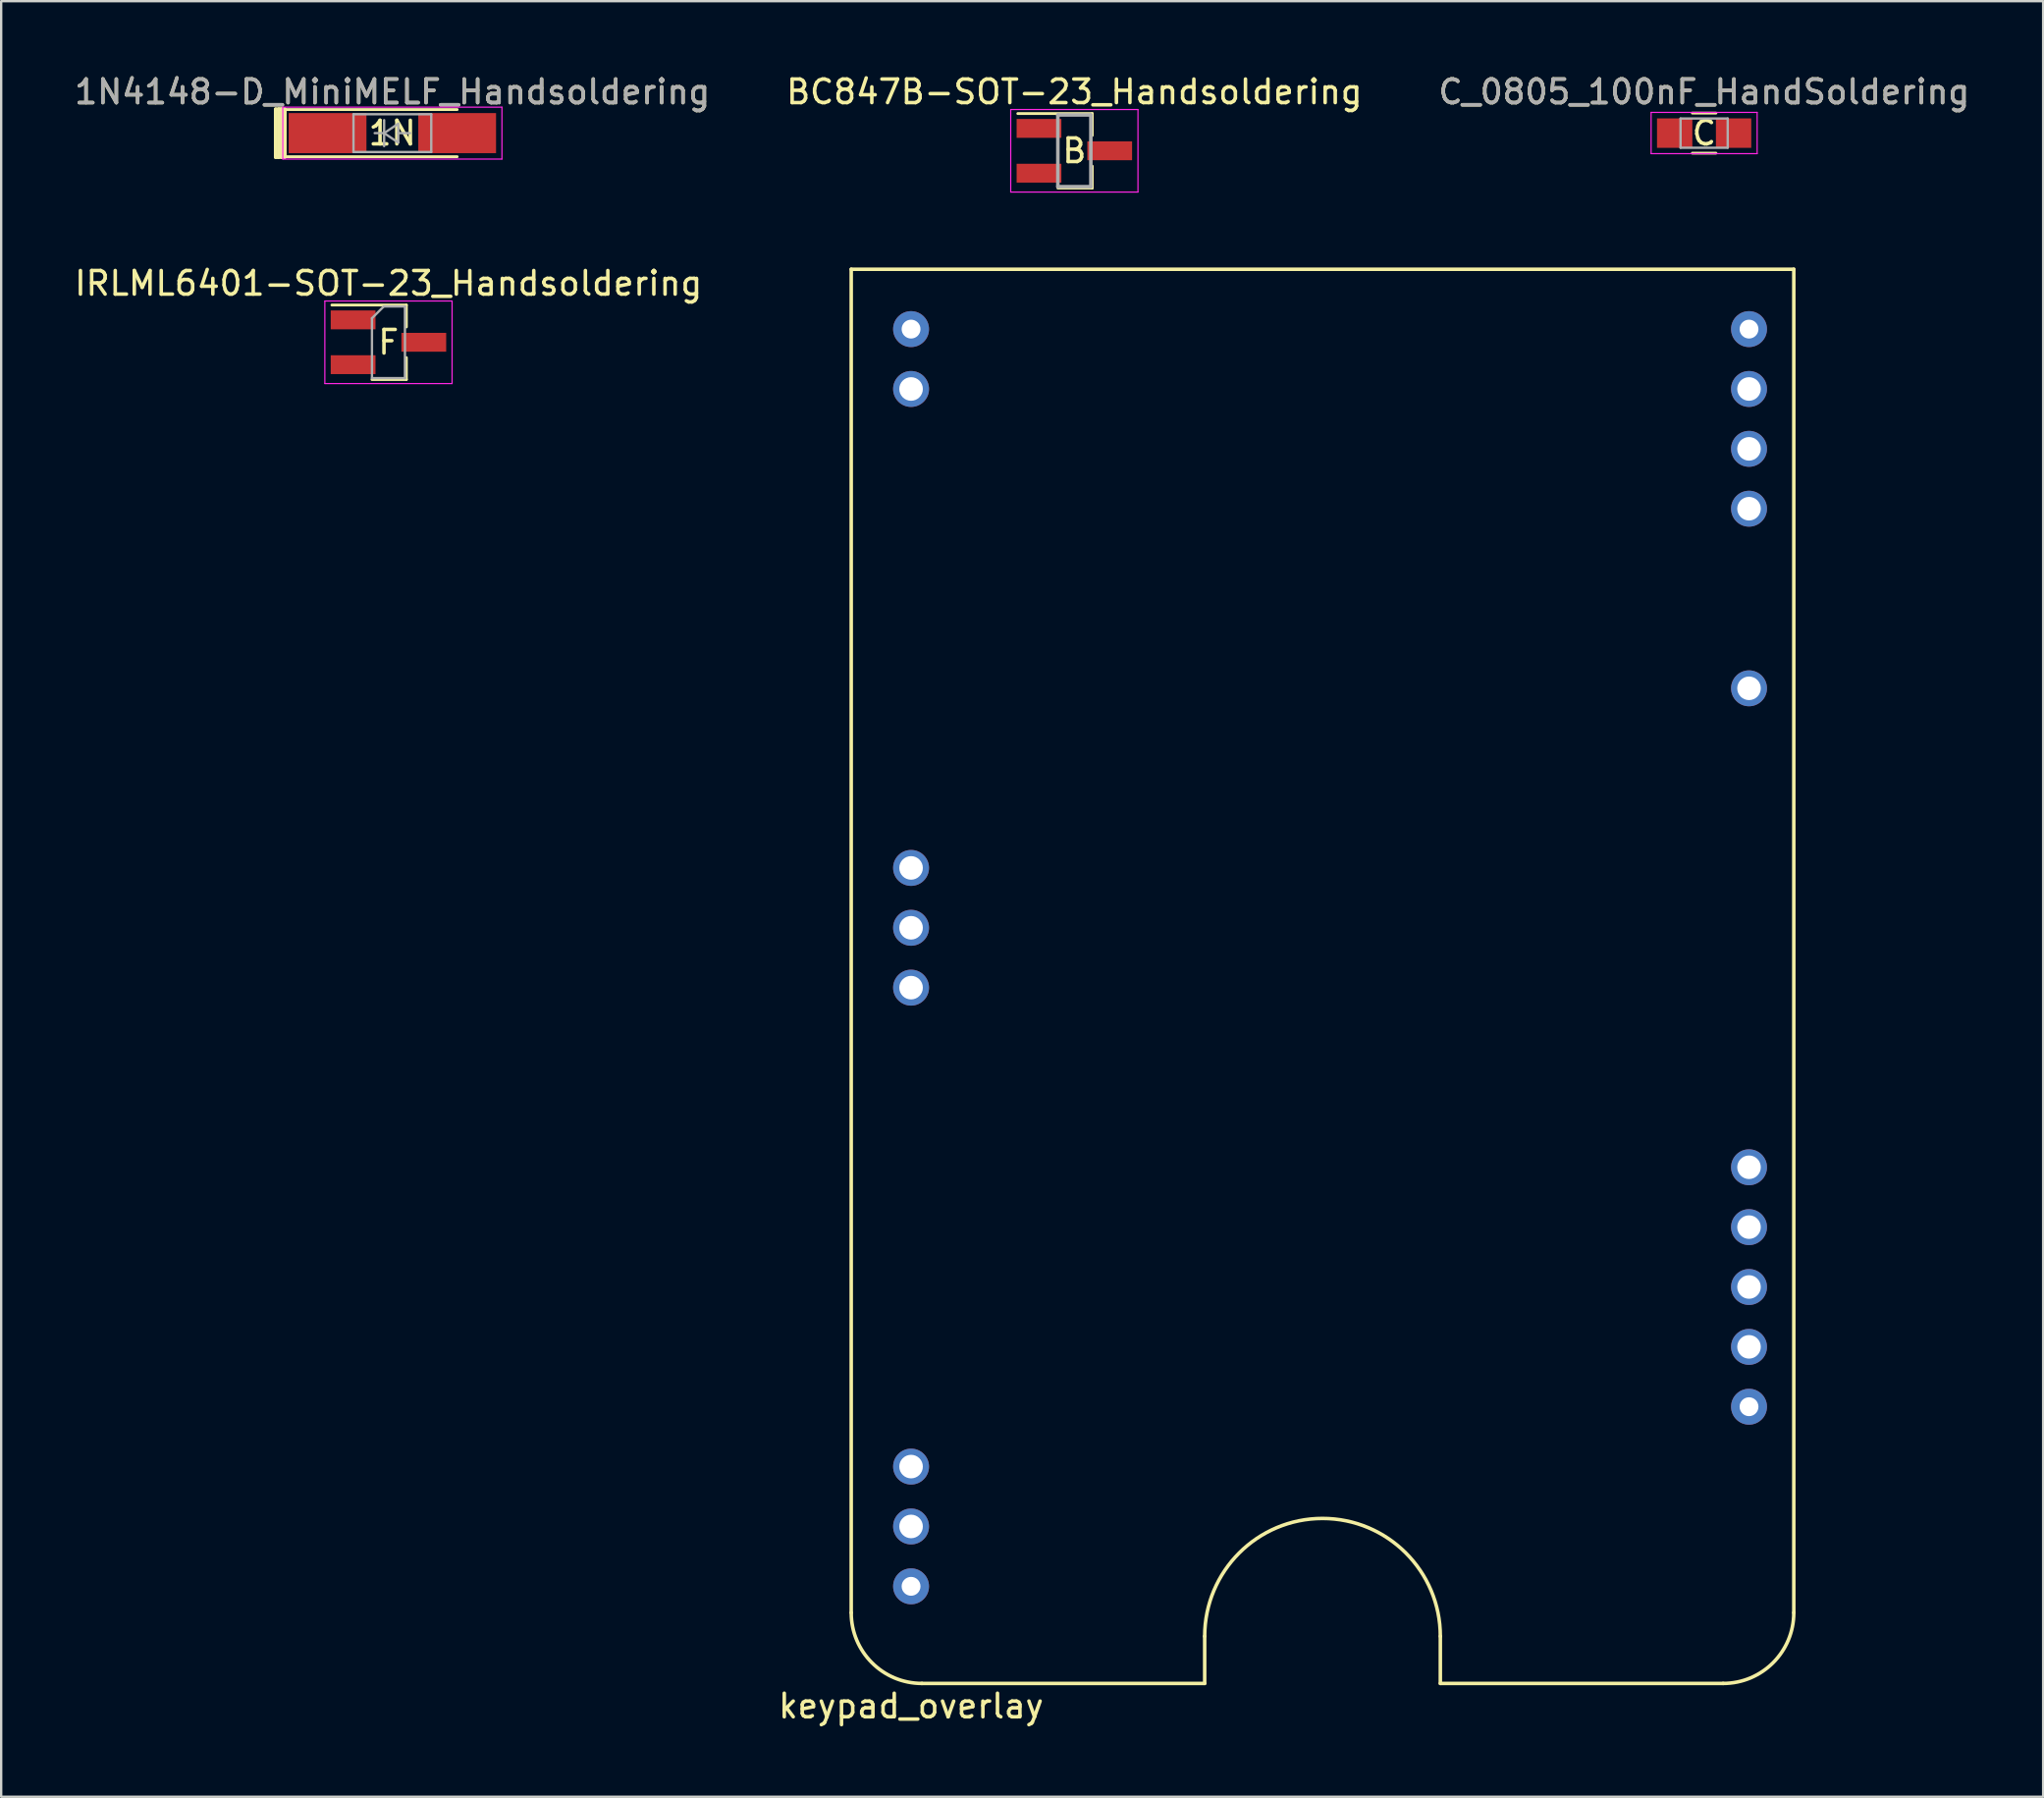
<source format=kicad_pcb>
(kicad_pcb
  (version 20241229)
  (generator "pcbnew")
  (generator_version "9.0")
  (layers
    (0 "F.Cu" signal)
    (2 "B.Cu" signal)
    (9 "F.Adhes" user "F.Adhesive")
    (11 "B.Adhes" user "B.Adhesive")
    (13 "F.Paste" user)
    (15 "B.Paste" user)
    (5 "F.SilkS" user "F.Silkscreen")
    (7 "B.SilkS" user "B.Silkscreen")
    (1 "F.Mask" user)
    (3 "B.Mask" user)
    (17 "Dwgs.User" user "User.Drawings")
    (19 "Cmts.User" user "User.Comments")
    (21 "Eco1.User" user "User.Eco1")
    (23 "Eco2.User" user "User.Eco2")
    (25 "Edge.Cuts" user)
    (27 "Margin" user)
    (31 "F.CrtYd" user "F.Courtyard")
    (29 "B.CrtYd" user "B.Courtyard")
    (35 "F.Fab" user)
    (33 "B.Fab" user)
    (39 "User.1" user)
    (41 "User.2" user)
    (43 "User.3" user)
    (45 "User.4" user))
  (footprint "BC847B-SOT-23_Handsoldering"
    (layer "F.Cu")
    (at 42.542 3.348)
    (property "Reference" "BC847B-SOT-23_Handsoldering" (at 0 -2.5 0) (layer "F.SilkS") (effects (font (size 1 1) (thickness 0.15))))
    (attr smd)
    (fp_line (start 0.76 -1.58) (end -2.4 -1.58) (stroke (width 0.12) (type solid)) (layer "F.SilkS"))
    (fp_line (start 0.76 -1.58) (end 0.76 -0.65) (stroke (width 0.12) (type solid)) (layer "F.SilkS"))
    (fp_line (start 0.76 1.58) (end -0.7 1.58) (stroke (width 0.12) (type solid)) (layer "F.SilkS"))
    (fp_line (start 0.76 1.58) (end 0.76 0.65) (stroke (width 0.12) (type solid)) (layer "F.SilkS"))
    (fp_line (start -2.7 -1.75) (end 2.7 -1.75) (stroke (width 0.05) (type solid)) (layer "F.CrtYd"))
    (fp_line (start -2.7 1.75) (end -2.7 -1.75) (stroke (width 0.05) (type solid)) (layer "F.CrtYd"))
    (fp_line (start 2.7 -1.75) (end 2.7 1.75) (stroke (width 0.05) (type solid)) (layer "F.CrtYd"))
    (fp_line (start 2.7 1.75) (end -2.7 1.75) (stroke (width 0.05) (type solid)) (layer "F.CrtYd"))
    (fp_line (start -0.7 -1.52) (end -0.7 1.52) (stroke (width 0.15) (type solid)) (layer "F.Fab"))
    (fp_line (start -0.7 -1.52) (end 0.7 -1.52) (stroke (width 0.15) (type solid)) (layer "F.Fab"))
    (fp_line (start -0.7 1.52) (end 0.7 1.52) (stroke (width 0.15) (type solid)) (layer "F.Fab"))
    (fp_line (start 0.7 -1.52) (end 0.7 1.52) (stroke (width 0.15) (type solid)) (layer "F.Fab"))
    (fp_text user "B" (at 0 0 0) (layer "F.SilkS") (effects (font (size 1 1) (thickness 0.15))))
    (pad "1" smd rect (at 1.5 0) (size 1.9 0.8) (layers "F.Cu" "F.Mask" "F.Paste"))
    (pad "2" smd rect (at -1.5 -0.95) (size 1.9 0.8) (layers "F.Cu" "F.Mask" "F.Paste"))
    (pad "3" smd rect (at -1.5 0.95) (size 1.9 0.8) (layers "F.Cu" "F.Mask" "F.Paste")))
  (footprint "C_0805_100nF_HandSoldering"
    (layer "F.Cu")
    (at 69.268 2.598)
    (property "Reference" "C_0805_100nF_HandSoldering" (at 0 -1.75 0) (layer "F.SilkS") (effects (font (size 1 1) (thickness 0.15))))
    (attr smd)
    (fp_line (start -0.5 0.85) (end 0.5 0.85) (stroke (width 0.12) (type solid)) (layer "F.SilkS"))
    (fp_line (start 0.5 -0.85) (end -0.5 -0.85) (stroke (width 0.12) (type solid)) (layer "F.SilkS"))
    (fp_line (start -2.25 -0.88) (end -2.25 0.87) (stroke (width 0.05) (type solid)) (layer "F.CrtYd"))
    (fp_line (start -2.25 -0.88) (end 2.25 -0.88) (stroke (width 0.05) (type solid)) (layer "F.CrtYd"))
    (fp_line (start 2.25 0.87) (end -2.25 0.87) (stroke (width 0.05) (type solid)) (layer "F.CrtYd"))
    (fp_line (start 2.25 0.87) (end 2.25 -0.88) (stroke (width 0.05) (type solid)) (layer "F.CrtYd"))
    (fp_line (start -1 -0.62) (end 1 -0.62) (stroke (width 0.1) (type solid)) (layer "F.Fab"))
    (fp_line (start -1 0.62) (end -1 -0.62) (stroke (width 0.1) (type solid)) (layer "F.Fab"))
    (fp_line (start 1 -0.62) (end 1 0.62) (stroke (width 0.1) (type solid)) (layer "F.Fab"))
    (fp_line (start 1 0.62) (end -1 0.62) (stroke (width 0.1) (type solid)) (layer "F.Fab"))
    (fp_text user "C" (at 0 0 0) (layer "F.SilkS") (effects (font (size 1 1) (thickness 0.15))))
    (fp_text user "${REFERENCE}" (at 0 -1.75 0) (layer "F.Fab") (effects (font (size 1 1) (thickness 0.15))))
    (pad "1" smd rect (at -1.25 0) (size 1.5 1.25) (layers "F.Cu" "F.Mask" "F.Paste"))
    (pad "2" smd rect (at 1.25 0) (size 1.5 1.25) (layers "F.Cu" "F.Mask" "F.Paste")))
  (footprint "IRLML6401-SOT-23_Handsoldering"
    (layer "F.Cu")
    (at 13.435 11.472)
    (property "Reference" "IRLML6401-SOT-23_Handsoldering" (at 0 -2.5 0) (layer "F.SilkS") (effects (font (size 1 1) (thickness 0.15))))
    (attr smd)
    (fp_line (start 0.76 -1.58) (end -2.4 -1.58) (stroke (width 0.12) (type solid)) (layer "F.SilkS"))
    (fp_line (start 0.76 -1.58) (end 0.76 -0.65) (stroke (width 0.12) (type solid)) (layer "F.SilkS"))
    (fp_line (start 0.76 1.58) (end -0.7 1.58) (stroke (width 0.12) (type solid)) (layer "F.SilkS"))
    (fp_line (start 0.76 1.58) (end 0.76 0.65) (stroke (width 0.12) (type solid)) (layer "F.SilkS"))
    (fp_line (start -2.7 -1.75) (end 2.7 -1.75) (stroke (width 0.05) (type solid)) (layer "F.CrtYd"))
    (fp_line (start -2.7 1.75) (end -2.7 -1.75) (stroke (width 0.05) (type solid)) (layer "F.CrtYd"))
    (fp_line (start 2.7 -1.75) (end 2.7 1.75) (stroke (width 0.05) (type solid)) (layer "F.CrtYd"))
    (fp_line (start 2.7 1.75) (end -2.7 1.75) (stroke (width 0.05) (type solid)) (layer "F.CrtYd"))
    (fp_line (start -0.7 -1.02) (end -0.7 1.52) (stroke (width 0.1) (type solid)) (layer "F.Fab"))
    (fp_line (start -0.7 1.52) (end 0.7 1.52) (stroke (width 0.1) (type solid)) (layer "F.Fab"))
    (fp_line (start -0.2 -1.52) (end -0.7 -1.02) (stroke (width 0.1) (type solid)) (layer "F.Fab"))
    (fp_line (start -0.2 -1.52) (end 0.7 -1.52) (stroke (width 0.1) (type solid)) (layer "F.Fab"))
    (fp_line (start 0.7 -1.52) (end 0.7 1.52) (stroke (width 0.1) (type solid)) (layer "F.Fab"))
    (fp_text user "F" (at 0 0 0) (layer "F.SilkS") (effects (font (size 1 1) (thickness 0.15))))
    (pad "1" smd rect (at -1.5 -0.95) (size 1.9 0.8) (layers "F.Cu" "F.Mask" "F.Paste"))
    (pad "2" smd rect (at -1.5 0.95) (size 1.9 0.8) (layers "F.Cu" "F.Mask" "F.Paste"))
    (pad "3" smd rect (at 1.5 0) (size 1.9 0.8) (layers "F.Cu" "F.Mask" "F.Paste")))
  (footprint "1N4148-D_MiniMELF_Handsoldering"
    (layer "F.Cu")
    (at 13.601 2.598)
    (property "Reference" "1N4148-D_MiniMELF_Handsoldering" (at 0 -1.75 0) (layer "F.SilkS") (effects (font (size 1 1) (thickness 0.15))))
    (attr smd)
    (fp_line (start -4.953 -1.016) (end -4.572 -1.016) (stroke (width 0.15) (type solid)) (layer "F.SilkS"))
    (fp_line (start -4.953 1.016) (end -4.953 -1.016) (stroke (width 0.15) (type solid)) (layer "F.SilkS"))
    (fp_line (start -4.826 -1.016) (end -4.826 1.016) (stroke (width 0.15) (type solid)) (layer "F.SilkS"))
    (fp_line (start -4.826 1.016) (end -4.953 1.016) (stroke (width 0.15) (type solid)) (layer "F.SilkS"))
    (fp_line (start -4.699 -1.016) (end -4.826 -1.016) (stroke (width 0.15) (type solid)) (layer "F.SilkS"))
    (fp_line (start -4.699 1.016) (end -4.699 -1.016) (stroke (width 0.15) (type solid)) (layer "F.SilkS"))
    (fp_line (start -4.572 -1.016) (end -4.572 1.016) (stroke (width 0.15) (type solid)) (layer "F.SilkS"))
    (fp_line (start -4.572 -1.016) (end -4.572 1.016) (stroke (width 0.15) (type solid)) (layer "F.SilkS"))
    (fp_line (start -4.572 1.016) (end -4.953 1.016) (stroke (width 0.15) (type solid)) (layer "F.SilkS"))
    (fp_line (start -4.572 1.016) (end -4.699 1.016) (stroke (width 0.15) (type solid)) (layer "F.SilkS"))
    (fp_line (start -4.55 -1) (end -4.55 1) (stroke (width 0.12) (type solid)) (layer "F.SilkS"))
    (fp_line (start -4.55 1) (end 2.75 1) (stroke (width 0.12) (type solid)) (layer "F.SilkS"))
    (fp_line (start 2.75 -1) (end -4.55 -1) (stroke (width 0.12) (type solid)) (layer "F.SilkS"))
    (fp_line (start -4.65 -1.1) (end 4.65 -1.1) (stroke (width 0.05) (type solid)) (layer "F.CrtYd"))
    (fp_line (start -4.65 1.1) (end -4.65 -1.1) (stroke (width 0.05) (type solid)) (layer "F.CrtYd"))
    (fp_line (start 4.65 -1.1) (end 4.65 1.1) (stroke (width 0.05) (type solid)) (layer "F.CrtYd"))
    (fp_line (start 4.65 1.1) (end -4.65 1.1) (stroke (width 0.05) (type solid)) (layer "F.CrtYd"))
    (fp_line (start -1.65 -0.8) (end 1.65 -0.8) (stroke (width 0.1) (type solid)) (layer "F.Fab"))
    (fp_line (start -1.65 0.8) (end -1.65 -0.8) (stroke (width 0.1) (type solid)) (layer "F.Fab"))
    (fp_line (start -0.75 0) (end -0.35 0) (stroke (width 0.1) (type solid)) (layer "F.Fab"))
    (fp_line (start -0.35 0) (end -0.35 -0.55) (stroke (width 0.1) (type solid)) (layer "F.Fab"))
    (fp_line (start -0.35 0) (end -0.35 0.55) (stroke (width 0.1) (type solid)) (layer "F.Fab"))
    (fp_line (start -0.35 0) (end 0.25 -0.4) (stroke (width 0.1) (type solid)) (layer "F.Fab"))
    (fp_line (start 0.25 -0.4) (end 0.25 0.4) (stroke (width 0.1) (type solid)) (layer "F.Fab"))
    (fp_line (start 0.25 0) (end 0.75 0) (stroke (width 0.1) (type solid)) (layer "F.Fab"))
    (fp_line (start 0.25 0.4) (end -0.35 0) (stroke (width 0.1) (type solid)) (layer "F.Fab"))
    (fp_line (start 1.65 -0.8) (end 1.65 0.8) (stroke (width 0.1) (type solid)) (layer "F.Fab"))
    (fp_line (start 1.65 0.8) (end -1.65 0.8) (stroke (width 0.1) (type solid)) (layer "F.Fab"))
    (fp_text user "1N" (at 0 0 0) (layer "F.SilkS") (effects (font (size 1 1) (thickness 0.15))))
    (fp_text user "${REFERENCE}" (at 0 -1.75 0) (layer "F.Fab") (effects (font (size 1 1) (thickness 0.15))))
    (pad "1" smd rect (at -2.75 0) (size 3.3 1.7) (layers "F.Cu" "F.Mask" "F.Paste"))
    (pad "2" smd rect (at 2.75 0) (size 3.3 1.7) (layers "F.Cu" "F.Mask" "F.Paste")))
  (footprint "keypad_overlay"
    (layer "F.Cu")
    (at 33.073 8.373)
    (property "Reference" "keypad_overlay" (at 2.54 60.96 0) (layer "F.SilkS") (effects (font (size 1 1) (thickness 0.15))))
    (attr through_hole)
    (fp_line (start 0 0) (end 0 57) (stroke (width 0.15) (type solid)) (layer "F.SilkS"))
    (fp_line (start 0 0) (end 40 0) (stroke (width 0.15) (type solid)) (layer "F.SilkS"))
    (fp_line (start 3 60) (end 15 60) (stroke (width 0.15) (type solid)) (layer "F.SilkS"))
    (fp_line (start 15 60) (end 15 58) (stroke (width 0.15) (type solid)) (layer "F.SilkS"))
    (fp_line (start 25 60) (end 25 58) (stroke (width 0.15) (type solid)) (layer "F.SilkS"))
    (fp_line (start 37 60) (end 25 60) (stroke (width 0.15) (type solid)) (layer "F.SilkS"))
    (fp_line (start 40 0) (end 40 57) (stroke (width 0.15) (type solid)) (layer "F.SilkS"))
    (fp_arc (start 3 60) (mid 0.87868 59.12132) (end 0 57) (stroke (width 0.15) (type solid)) (layer "F.SilkS"))
    (fp_arc (start 15 58) (mid 20 53) (end 25 58) (stroke (width 0.15) (type solid)) (layer "F.SilkS"))
    (fp_arc (start 40 57) (mid 39.12132 59.12132) (end 37 60) (stroke (width 0.15) (type solid)) (layer "F.SilkS"))
    (pad "1" thru_hole circle (at 38.1 48.26) (size 1.524 1.524) (drill 0.8) (layers "*.Cu" "*.Mask"))
    (pad "2" thru_hole circle (at 38.1 45.72) (size 1.524 1.524) (drill 1) (layers "*.Cu" "*.Mask"))
    (pad "3" thru_hole circle (at 38.1 43.18) (size 1.524 1.524) (drill 1) (layers "*.Cu" "*.Mask"))
    (pad "4" thru_hole circle (at 38.1 40.64) (size 1.524 1.524) (drill 1) (layers "*.Cu" "*.Mask"))
    (pad "5" thru_hole circle (at 38.1 38.1) (size 1.524 1.524) (drill 1) (layers "*.Cu" "*.Mask"))
    (pad "6" thru_hole circle (at 2.54 25.4) (size 1.524 1.524) (drill 1) (layers "*.Cu" "*.Mask"))
    (pad "7" thru_hole circle (at 2.54 27.94) (size 1.524 1.524) (drill 1) (layers "*.Cu" "*.Mask"))
    (pad "8" thru_hole circle (at 2.54 30.48) (size 1.524 1.524) (drill 1) (layers "*.Cu" "*.Mask"))
    (pad "9" thru_hole circle (at 2.54 50.8) (size 1.524 1.524) (drill 1) (layers "*.Cu" "*.Mask"))
    (pad "10" thru_hole circle (at 2.54 53.34) (size 1.524 1.524) (drill 1) (layers "*.Cu" "*.Mask"))
    (pad "11" thru_hole circle (at 2.54 55.88) (size 1.524 1.524) (drill 0.8) (layers "*.Cu" "*.Mask"))
    (pad "12" thru_hole circle (at 2.54 5.08) (size 1.524 1.524) (drill 1) (layers "*.Cu" "*.Mask"))
    (pad "13" thru_hole circle (at 2.54 2.54) (size 1.524 1.524) (drill 0.8) (layers "*.Cu" "*.Mask"))
    (pad "14" thru_hole circle (at 38.1 2.54) (size 1.524 1.524) (drill 0.8) (layers "*.Cu" "*.Mask"))
    (pad "15" thru_hole circle (at 38.1 5.08) (size 1.524 1.524) (drill 1) (layers "*.Cu" "*.Mask"))
    (pad "16" thru_hole circle (at 38.1 7.62) (size 1.524 1.524) (drill 1) (layers "*.Cu" "*.Mask"))
    (pad "17" thru_hole circle (at 38.1 10.16) (size 1.524 1.524) (drill 1) (layers "*.Cu" "*.Mask"))
    (pad "18" thru_hole circle (at 38.1 17.78) (size 1.524 1.524) (drill 1) (layers "*.Cu" "*.Mask")))
  (gr_rect
    (start -3 -3)
    (end 83.655 73.181)
    (stroke (width 0.1) (type default))
    (fill no)
    (layer "Edge.Cuts")))
</source>
